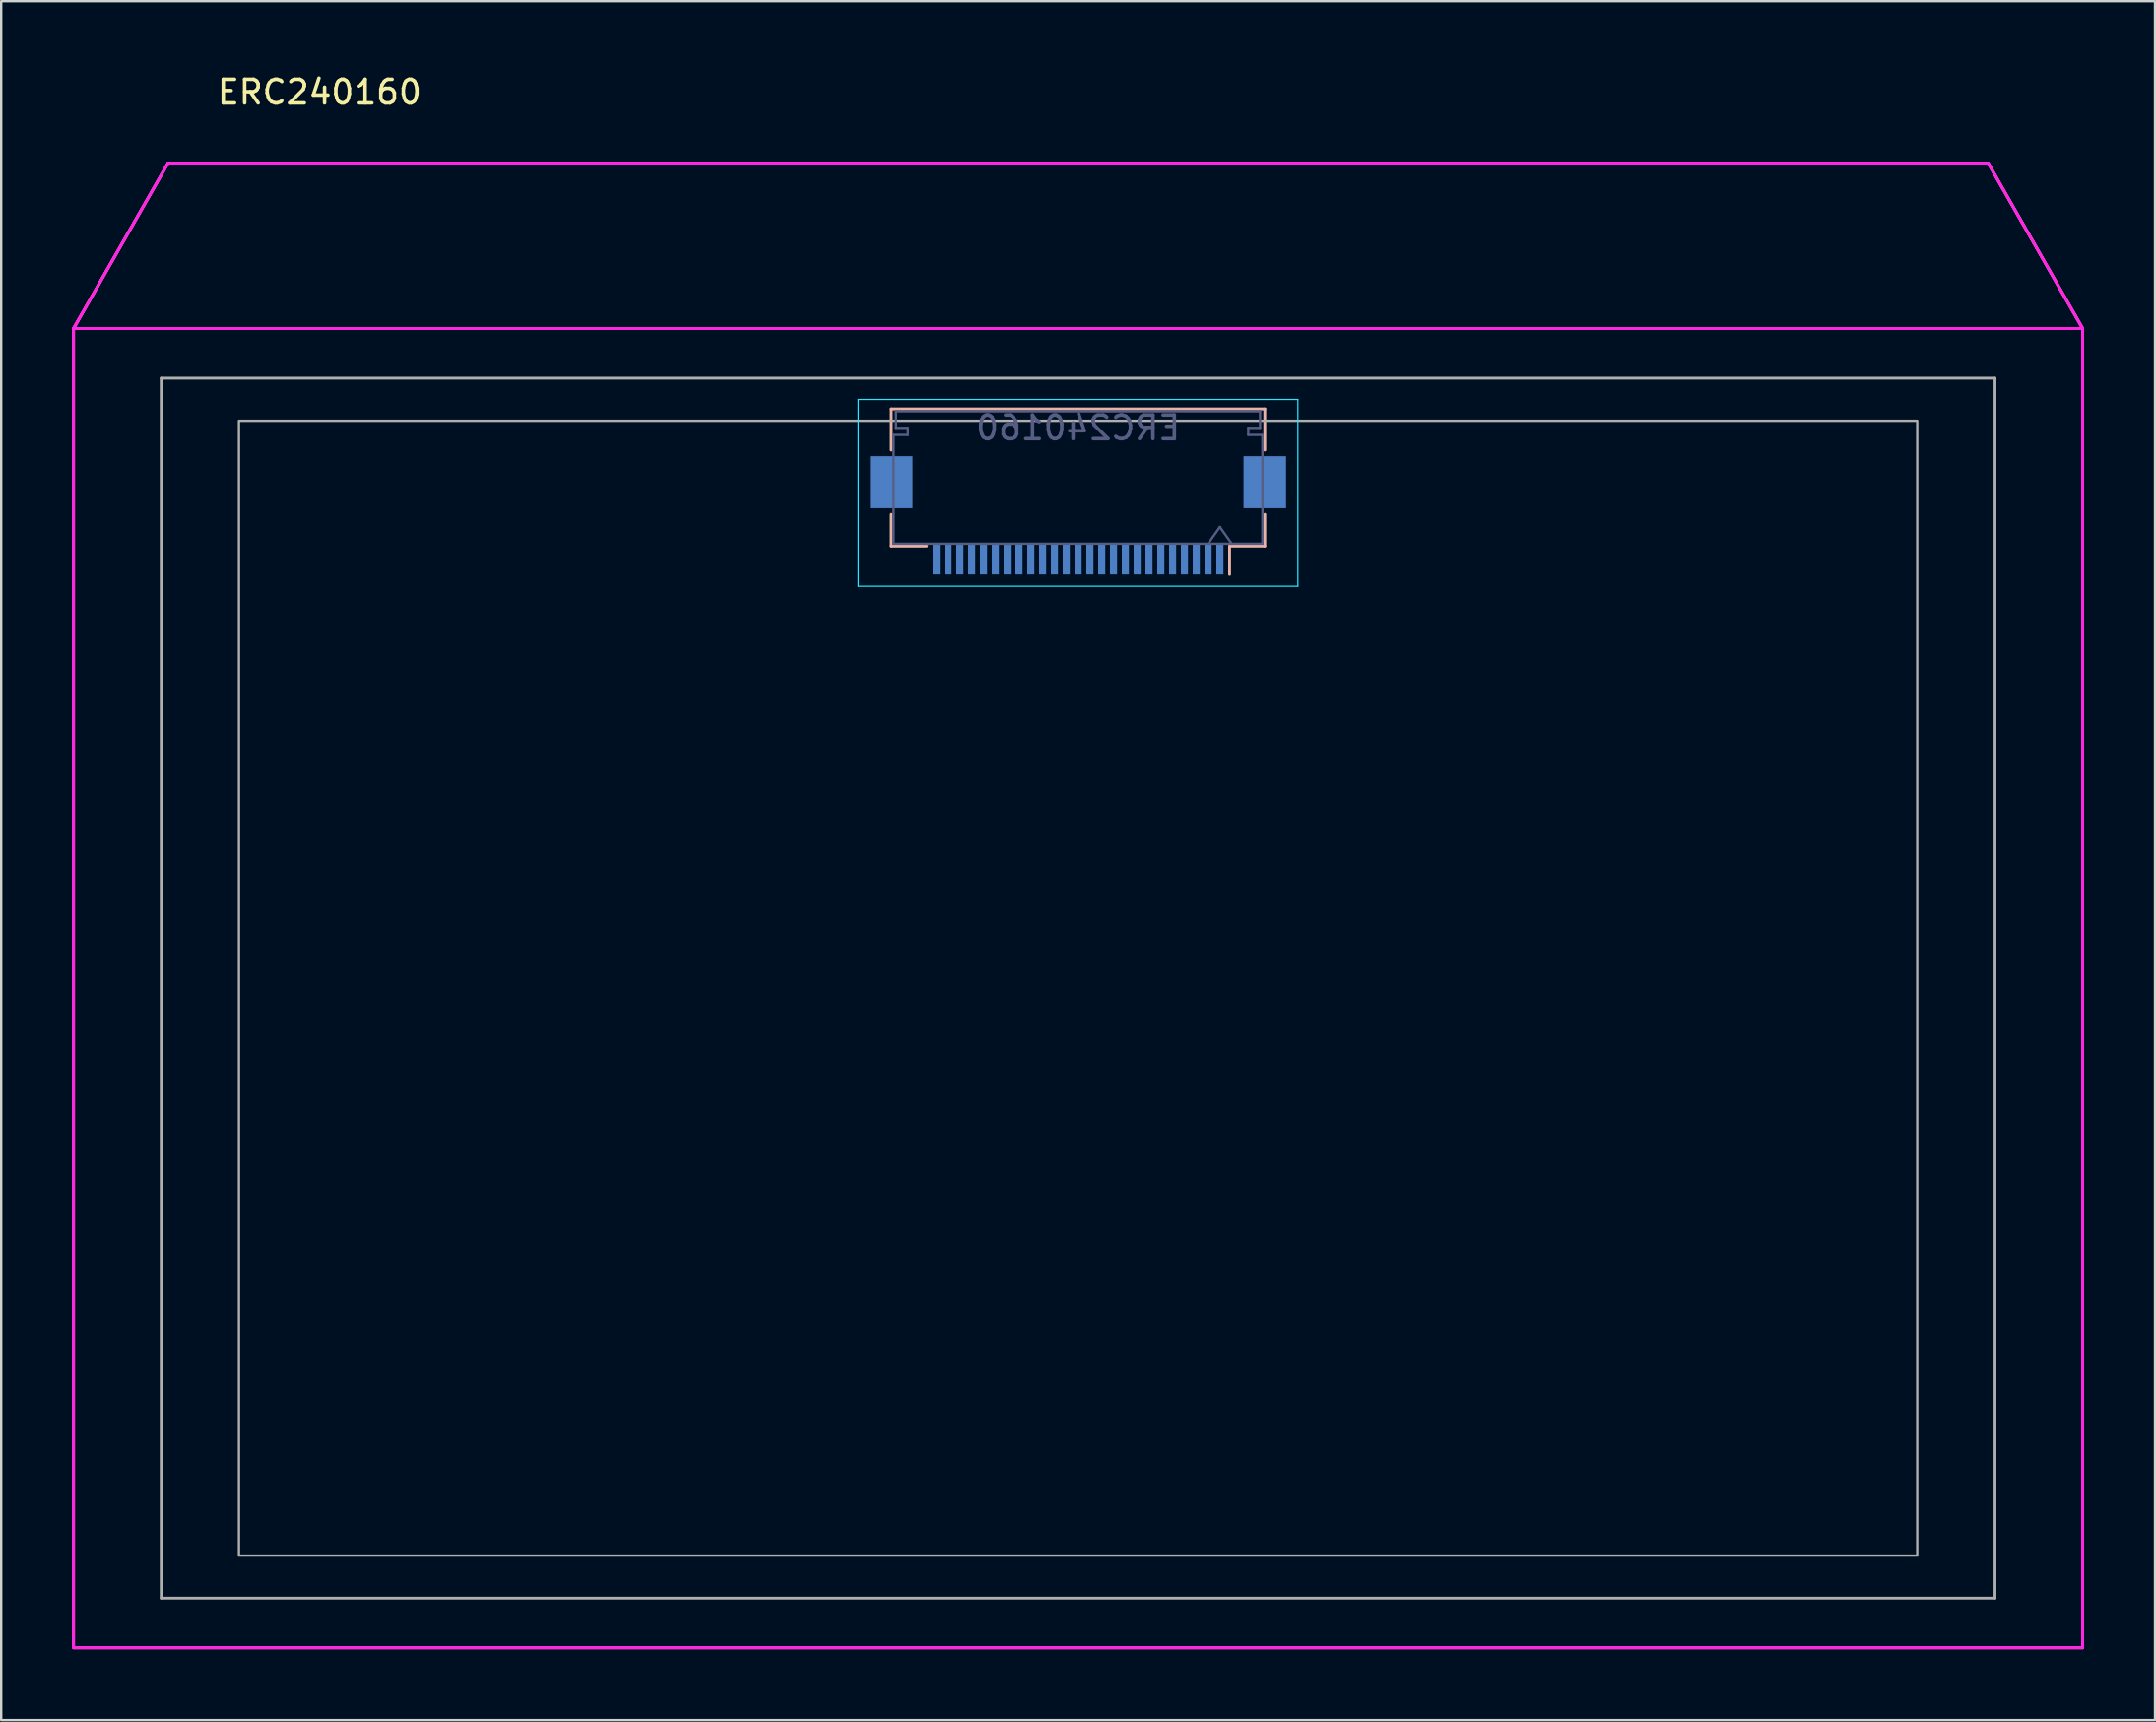
<source format=kicad_pcb>
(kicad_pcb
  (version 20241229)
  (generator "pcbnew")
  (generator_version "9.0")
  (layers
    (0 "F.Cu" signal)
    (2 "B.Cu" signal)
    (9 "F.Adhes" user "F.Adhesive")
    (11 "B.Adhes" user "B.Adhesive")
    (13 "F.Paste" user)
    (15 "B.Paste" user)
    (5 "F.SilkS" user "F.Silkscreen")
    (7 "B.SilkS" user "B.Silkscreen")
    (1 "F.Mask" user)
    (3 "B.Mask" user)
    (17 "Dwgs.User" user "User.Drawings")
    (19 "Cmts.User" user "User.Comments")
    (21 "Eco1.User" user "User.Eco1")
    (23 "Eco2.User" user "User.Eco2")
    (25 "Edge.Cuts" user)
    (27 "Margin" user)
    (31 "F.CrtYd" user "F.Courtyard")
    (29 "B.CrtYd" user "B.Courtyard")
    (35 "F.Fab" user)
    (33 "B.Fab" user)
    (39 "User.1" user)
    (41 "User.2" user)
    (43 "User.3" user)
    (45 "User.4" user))
  (footprint "ERC240160"
    (layer "F.Cu")
    (at 42.56 42.248)
    (property "Reference" "ERC240160" (at -36.5 -41.4 0) (layer "F.SilkS") (effects (font (size 1 1) (thickness 0.15)) (justify left)))
    (attr through_hole)
    (fp_poly (pts (xy 42.5 -31.4) (xy 38.5 -38.4) (xy -38.5 -38.4) (xy -42.5 -31.4) (xy -42.5 24.4) (xy 42.5 24.4) (xy 42.5 -31.4) (xy -42.5 -31.4)) (stroke (width 0.12) (type solid)) (fill no) (layer "F.SilkS"))
    (fp_line (start -7.9 -28) (end -7.9 -26.26) (stroke (width 0.12) (type solid)) (layer "B.SilkS"))
    (fp_line (start -7.9 -22.2) (end -7.9 -23.54) (stroke (width 0.12) (type solid)) (layer "B.SilkS"))
    (fp_line (start -6.41 -22.2) (end -7.9 -22.2) (stroke (width 0.12) (type solid)) (layer "B.SilkS"))
    (fp_line (start 6.41 -22.2) (end 6.41 -21) (stroke (width 0.12) (type solid)) (layer "B.SilkS"))
    (fp_line (start 6.41 -22.2) (end 7.9 -22.2) (stroke (width 0.12) (type solid)) (layer "B.SilkS"))
    (fp_line (start 7.9 -28) (end -7.9 -28) (stroke (width 0.12) (type solid)) (layer "B.SilkS"))
    (fp_line (start 7.9 -26.26) (end 7.9 -28) (stroke (width 0.12) (type solid)) (layer "B.SilkS"))
    (fp_line (start 7.9 -22.2) (end 7.9 -23.54) (stroke (width 0.12) (type solid)) (layer "B.SilkS"))
    (fp_line (start -9.3 -28.4) (end -9.3 -20.5) (stroke (width 0.05) (type solid)) (layer "B.CrtYd"))
    (fp_line (start -9.3 -20.5) (end 9.3 -20.5) (stroke (width 0.05) (type solid)) (layer "B.CrtYd"))
    (fp_line (start 9.3 -28.4) (end -9.3 -28.4) (stroke (width 0.05) (type solid)) (layer "B.CrtYd"))
    (fp_line (start 9.3 -20.5) (end 9.3 -28.4) (stroke (width 0.05) (type solid)) (layer "B.CrtYd"))
    (fp_line (start -42.5 -31.4) (end -42.5 24.4) (stroke (width 0.12) (type solid)) (layer "F.CrtYd"))
    (fp_line (start -42.5 -31.4) (end -42.5 24.4) (stroke (width 0.12) (type solid)) (layer "F.CrtYd"))
    (fp_line (start -42.5 -31.4) (end 42.5 -31.4) (stroke (width 0.12) (type solid)) (layer "F.CrtYd"))
    (fp_line (start -42.5 -31.4) (end 42.5 -31.4) (stroke (width 0.12) (type solid)) (layer "F.CrtYd"))
    (fp_line (start -42.5 24.4) (end 42.5 24.4) (stroke (width 0.12) (type solid)) (layer "F.CrtYd"))
    (fp_line (start -42.5 24.4) (end 42.5 24.4) (stroke (width 0.12) (type solid)) (layer "F.CrtYd"))
    (fp_line (start -38.5 -38.4) (end -42.5 -31.4) (stroke (width 0.12) (type solid)) (layer "F.CrtYd"))
    (fp_line (start -38.5 -38.4) (end -42.5 -31.4) (stroke (width 0.12) (type solid)) (layer "F.CrtYd"))
    (fp_line (start -38.5 -38.4) (end 38.5 -38.4) (stroke (width 0.12) (type solid)) (layer "F.CrtYd"))
    (fp_line (start -38.5 -38.4) (end 38.5 -38.4) (stroke (width 0.12) (type solid)) (layer "F.CrtYd"))
    (fp_line (start 38.5 -38.4) (end 42.5 -31.4) (stroke (width 0.12) (type solid)) (layer "F.CrtYd"))
    (fp_line (start 38.5 -38.4) (end 42.5 -31.4) (stroke (width 0.12) (type solid)) (layer "F.CrtYd"))
    (fp_line (start 42.5 -31.4) (end 42.5 24.4) (stroke (width 0.12) (type solid)) (layer "F.CrtYd"))
    (fp_line (start 42.5 -31.4) (end 42.5 24.4) (stroke (width 0.12) (type solid)) (layer "F.CrtYd"))
    (fp_line (start -7.8 -26.9) (end -7.2 -26.9) (stroke (width 0.1) (type solid)) (layer "B.Fab"))
    (fp_line (start -7.8 -22.3) (end -7.8 -26.9) (stroke (width 0.1) (type solid)) (layer "B.Fab"))
    (fp_line (start -7.7 -27.9) (end 0 -27.9) (stroke (width 0.1) (type solid)) (layer "B.Fab"))
    (fp_line (start -7.7 -27.2) (end -7.7 -27.9) (stroke (width 0.1) (type solid)) (layer "B.Fab"))
    (fp_line (start -7.2 -27.2) (end -7.7 -27.2) (stroke (width 0.1) (type solid)) (layer "B.Fab"))
    (fp_line (start -7.2 -26.9) (end -7.2 -27.2) (stroke (width 0.1) (type solid)) (layer "B.Fab"))
    (fp_line (start 0 -22.3) (end -7.8 -22.3) (stroke (width 0.1) (type solid)) (layer "B.Fab"))
    (fp_line (start 0 -22.3) (end 7.8 -22.3) (stroke (width 0.1) (type solid)) (layer "B.Fab"))
    (fp_line (start 6 -23.007) (end 5.5 -22.3) (stroke (width 0.1) (type solid)) (layer "B.Fab"))
    (fp_line (start 6.5 -22.3) (end 6 -23.007) (stroke (width 0.1) (type solid)) (layer "B.Fab"))
    (fp_line (start 7.2 -27.2) (end 7.7 -27.2) (stroke (width 0.1) (type solid)) (layer "B.Fab"))
    (fp_line (start 7.2 -26.9) (end 7.2 -27.2) (stroke (width 0.1) (type solid)) (layer "B.Fab"))
    (fp_line (start 7.7 -27.9) (end 0 -27.9) (stroke (width 0.1) (type solid)) (layer "B.Fab"))
    (fp_line (start 7.7 -27.2) (end 7.7 -27.9) (stroke (width 0.1) (type solid)) (layer "B.Fab"))
    (fp_line (start 7.8 -26.9) (end 7.2 -26.9) (stroke (width 0.1) (type solid)) (layer "B.Fab"))
    (fp_line (start 7.8 -22.3) (end 7.8 -26.9) (stroke (width 0.1) (type solid)) (layer "B.Fab"))
    (fp_line (start -38.79 -29.3) (end -38.79 22.3) (stroke (width 0.12) (type solid)) (layer "F.Fab"))
    (fp_line (start -38.79 -29.3) (end 38.79 -29.3) (stroke (width 0.12) (type solid)) (layer "F.Fab"))
    (fp_line (start -38.79 22.3) (end 38.79 22.3) (stroke (width 0.12) (type solid)) (layer "F.Fab"))
    (fp_line (start 38.79 22.3) (end 38.79 -29.3) (stroke (width 0.12) (type solid)) (layer "F.Fab"))
    (fp_poly (pts (xy 35.5 20.5) (xy -35.5 20.5) (xy -35.5 -27.5) (xy 35.5 -27.5)) (stroke (width 0.1) (type solid)) (fill no) (layer "F.Fab"))
    (fp_text user "${REFERENCE}" (at 0 -27.2 180) (layer "B.Fab") (effects (font (size 1 1) (thickness 0.15)) (justify mirror)))
    (pad "1" smd rect (at 6 -21.65 180) (size 0.3 1.3) (layers "B.Cu" "B.Mask" "B.Paste"))
    (pad "2" smd rect (at 5.5 -21.65 180) (size 0.3 1.3) (layers "B.Cu" "B.Mask" "B.Paste"))
    (pad "3" smd rect (at 5 -21.65 180) (size 0.3 1.3) (layers "B.Cu" "B.Mask" "B.Paste"))
    (pad "4" smd rect (at 4.5 -21.65 180) (size 0.3 1.3) (layers "B.Cu" "B.Mask" "B.Paste"))
    (pad "5" smd rect (at 4 -21.65 180) (size 0.3 1.3) (layers "B.Cu" "B.Mask" "B.Paste"))
    (pad "6" smd rect (at 3.5 -21.65 180) (size 0.3 1.3) (layers "B.Cu" "B.Mask" "B.Paste"))
    (pad "7" smd rect (at 3 -21.65 180) (size 0.3 1.3) (layers "B.Cu" "B.Mask" "B.Paste"))
    (pad "8" smd rect (at 2.5 -21.65 180) (size 0.3 1.3) (layers "B.Cu" "B.Mask" "B.Paste"))
    (pad "9" smd rect (at 2 -21.65 180) (size 0.3 1.3) (layers "B.Cu" "B.Mask" "B.Paste"))
    (pad "10" smd rect (at 1.5 -21.65 180) (size 0.3 1.3) (layers "B.Cu" "B.Mask" "B.Paste"))
    (pad "11" smd rect (at 1 -21.65 180) (size 0.3 1.3) (layers "B.Cu" "B.Mask" "B.Paste"))
    (pad "12" smd rect (at 0.5 -21.65 180) (size 0.3 1.3) (layers "B.Cu" "B.Mask" "B.Paste"))
    (pad "13" smd rect (at 0 -21.65 180) (size 0.3 1.3) (layers "B.Cu" "B.Mask" "B.Paste"))
    (pad "14" smd rect (at -0.5 -21.65 180) (size 0.3 1.3) (layers "B.Cu" "B.Mask" "B.Paste"))
    (pad "15" smd rect (at -1 -21.65 180) (size 0.3 1.3) (layers "B.Cu" "B.Mask" "B.Paste"))
    (pad "16" smd rect (at -1.5 -21.65 180) (size 0.3 1.3) (layers "B.Cu" "B.Mask" "B.Paste"))
    (pad "17" smd rect (at -2 -21.65 180) (size 0.3 1.3) (layers "B.Cu" "B.Mask" "B.Paste"))
    (pad "18" smd rect (at -2.5 -21.65 180) (size 0.3 1.3) (layers "B.Cu" "B.Mask" "B.Paste"))
    (pad "19" smd rect (at -3 -21.65 180) (size 0.3 1.3) (layers "B.Cu" "B.Mask" "B.Paste"))
    (pad "20" smd rect (at -3.5 -21.65 180) (size 0.3 1.3) (layers "B.Cu" "B.Mask" "B.Paste"))
    (pad "21" smd rect (at -4 -21.65 180) (size 0.3 1.3) (layers "B.Cu" "B.Mask" "B.Paste"))
    (pad "22" smd rect (at -4.5 -21.65 180) (size 0.3 1.3) (layers "B.Cu" "B.Mask" "B.Paste"))
    (pad "23" smd rect (at -5 -21.65 180) (size 0.3 1.3) (layers "B.Cu" "B.Mask" "B.Paste"))
    (pad "24" smd rect (at -5.5 -21.65 180) (size 0.3 1.3) (layers "B.Cu" "B.Mask" "B.Paste"))
    (pad "25" smd rect (at -6 -21.65 180) (size 0.3 1.3) (layers "B.Cu" "B.Mask" "B.Paste"))
    (pad "MP" smd rect (at -7.9 -24.9 180) (size 1.8 2.2) (layers "B.Cu" "B.Mask" "B.Paste"))
    (pad "MP" smd rect (at 7.9 -24.9 180) (size 1.8 2.2) (layers "B.Cu" "B.Mask" "B.Paste")))
  (gr_rect
    (start -3 -3)
    (end 88.12 69.708)
    (stroke (width 0.1) (type default))
    (fill no)
    (layer "Edge.Cuts")))
</source>
